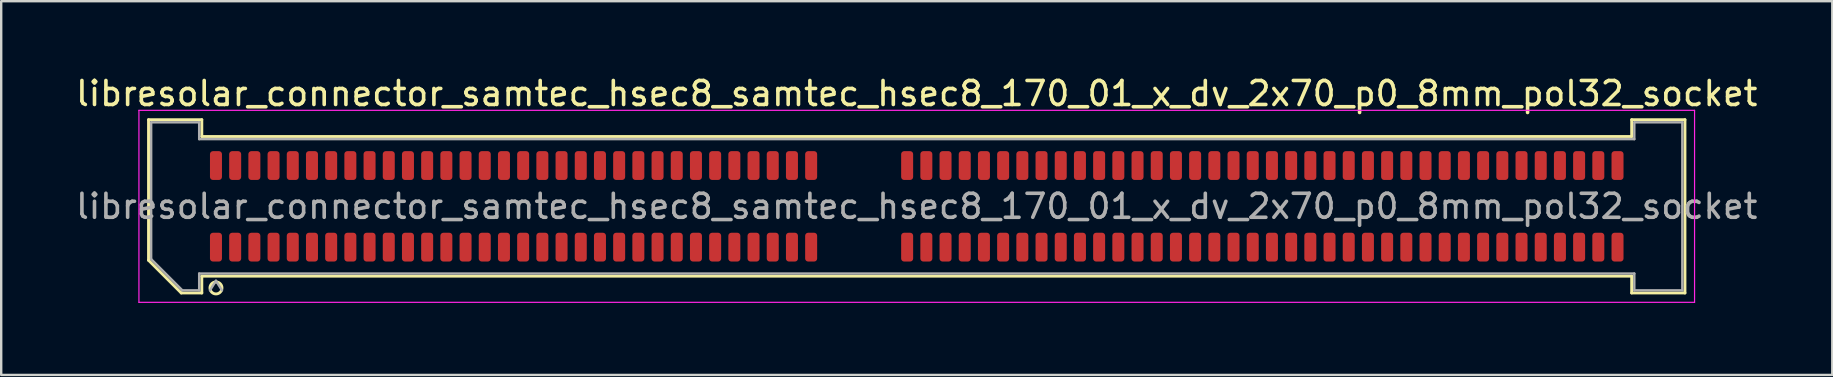
<source format=kicad_pcb>
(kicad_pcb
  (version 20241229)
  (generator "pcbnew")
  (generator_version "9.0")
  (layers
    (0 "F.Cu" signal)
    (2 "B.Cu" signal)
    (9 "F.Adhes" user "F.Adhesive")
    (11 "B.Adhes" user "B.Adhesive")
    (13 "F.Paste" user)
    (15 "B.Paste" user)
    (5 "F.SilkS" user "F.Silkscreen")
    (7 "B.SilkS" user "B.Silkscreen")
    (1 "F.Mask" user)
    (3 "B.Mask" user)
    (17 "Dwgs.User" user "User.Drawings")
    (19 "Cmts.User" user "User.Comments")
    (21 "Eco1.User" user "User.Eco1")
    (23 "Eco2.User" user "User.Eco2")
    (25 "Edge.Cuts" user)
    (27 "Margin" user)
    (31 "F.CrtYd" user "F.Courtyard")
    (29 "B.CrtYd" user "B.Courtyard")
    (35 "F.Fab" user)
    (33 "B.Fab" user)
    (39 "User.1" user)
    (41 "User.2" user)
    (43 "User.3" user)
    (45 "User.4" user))
  (footprint "libresolar_connector_samtec_hsec8_samtec_hsec8_170_01_x_dv_2x70_p0_8mm_pol32_socket"
    (layer "F.Cu")
    (at 35.149 5.548)
    (property "Reference" "libresolar_connector_samtec_hsec8_samtec_hsec8_170_01_x_dv_2x70_p0_8mm_pol32_socket" (at 0 -4.7 0) (layer "F.SilkS") (effects (font (size 1 1) (thickness 0.15))))
    (attr smd)
    (fp_line (start -32.01 -3.61) (end -29.79 -3.61) (stroke (width 0.12) (type solid)) (layer "F.SilkS"))
    (fp_line (start -32.01 2.246) (end -32.01 -3.61) (stroke (width 0.12) (type solid)) (layer "F.SilkS"))
    (fp_line (start -30.646 3.61) (end -32.01 2.246) (stroke (width 0.12) (type solid)) (layer "F.SilkS"))
    (fp_line (start -29.79 -3.61) (end -29.79 -2.91) (stroke (width 0.12) (type solid)) (layer "F.SilkS"))
    (fp_line (start -29.79 -2.91) (end 29.79 -2.91) (stroke (width 0.12) (type solid)) (layer "F.SilkS"))
    (fp_line (start -29.79 2.91) (end -29.79 3.61) (stroke (width 0.12) (type solid)) (layer "F.SilkS"))
    (fp_line (start -29.79 3.61) (end -30.646 3.61) (stroke (width 0.12) (type solid)) (layer "F.SilkS"))
    (fp_line (start 29.79 -3.61) (end 32.01 -3.61) (stroke (width 0.12) (type solid)) (layer "F.SilkS"))
    (fp_line (start 29.79 -2.91) (end 29.79 -3.61) (stroke (width 0.12) (type solid)) (layer "F.SilkS"))
    (fp_line (start 29.79 2.91) (end -29.79 2.91) (stroke (width 0.12) (type solid)) (layer "F.SilkS"))
    (fp_line (start 29.79 3.61) (end 29.79 2.91) (stroke (width 0.12) (type solid)) (layer "F.SilkS"))
    (fp_line (start 32.01 -3.61) (end 32.01 3.61) (stroke (width 0.12) (type solid)) (layer "F.SilkS"))
    (fp_line (start 32.01 3.61) (end 29.79 3.61) (stroke (width 0.12) (type solid)) (layer "F.SilkS"))
    (fp_arc (start -28.95 3.4) (mid -29.45 3.4) (end -28.95 3.4) (stroke (width 0.12) (type solid)) (layer "F.SilkS"))
    (fp_line (start -32.41 -4) (end -32.41 4) (stroke (width 0.05) (type solid)) (layer "F.CrtYd"))
    (fp_line (start -32.41 4) (end 32.41 4) (stroke (width 0.05) (type solid)) (layer "F.CrtYd"))
    (fp_line (start 32.41 -4) (end -32.41 -4) (stroke (width 0.05) (type solid)) (layer "F.CrtYd"))
    (fp_line (start 32.41 4) (end 32.41 -4) (stroke (width 0.05) (type solid)) (layer "F.CrtYd"))
    (fp_line (start -31.9 -3.5) (end -29.9 -3.5) (stroke (width 0.1) (type solid)) (layer "F.Fab"))
    (fp_line (start -31.9 2.2) (end -31.9 -3.5) (stroke (width 0.1) (type solid)) (layer "F.Fab"))
    (fp_line (start -30.6 3.5) (end -31.9 2.2) (stroke (width 0.1) (type solid)) (layer "F.Fab"))
    (fp_line (start -29.9 -3.5) (end -29.9 -2.8) (stroke (width 0.1) (type solid)) (layer "F.Fab"))
    (fp_line (start -29.9 -2.8) (end 29.9 -2.8) (stroke (width 0.1) (type solid)) (layer "F.Fab"))
    (fp_line (start -29.9 2.8) (end -29.9 3.5) (stroke (width 0.1) (type solid)) (layer "F.Fab"))
    (fp_line (start -29.9 3.5) (end -30.6 3.5) (stroke (width 0.1) (type solid)) (layer "F.Fab"))
    (fp_line (start -29.2 3.1) (end -29.45 3.5) (stroke (width 0.1) (type solid)) (layer "F.Fab"))
    (fp_line (start -29.2 3.1) (end -28.95 3.5) (stroke (width 0.1) (type solid)) (layer "F.Fab"))
    (fp_line (start 29.9 -3.5) (end 31.9 -3.5) (stroke (width 0.1) (type solid)) (layer "F.Fab"))
    (fp_line (start 29.9 -2.8) (end 29.9 -3.5) (stroke (width 0.1) (type solid)) (layer "F.Fab"))
    (fp_line (start 29.9 2.8) (end -29.9 2.8) (stroke (width 0.1) (type solid)) (layer "F.Fab"))
    (fp_line (start 29.9 3.5) (end 29.9 2.8) (stroke (width 0.1) (type solid)) (layer "F.Fab"))
    (fp_line (start 31.9 -3.5) (end 31.9 3.5) (stroke (width 0.1) (type solid)) (layer "F.Fab"))
    (fp_line (start 31.9 3.5) (end 29.9 3.5) (stroke (width 0.1) (type solid)) (layer "F.Fab"))
    (fp_text user "${REFERENCE}" (at 0 0 0) (layer "F.Fab") (effects (font (size 1 1) (thickness 0.15))))
    (pad "1" smd roundrect (at -29.2 1.7) (size 0.5 1.2) (layers "F.Cu" "F.Mask" "F.Paste") (roundrect_rratio 0.25))
    (pad "2" smd roundrect (at -29.2 -1.7) (size 0.5 1.2) (layers "F.Cu" "F.Mask" "F.Paste") (roundrect_rratio 0.25))
    (pad "3" smd roundrect (at -28.4 1.7) (size 0.5 1.2) (layers "F.Cu" "F.Mask" "F.Paste") (roundrect_rratio 0.25))
    (pad "4" smd roundrect (at -28.4 -1.7) (size 0.5 1.2) (layers "F.Cu" "F.Mask" "F.Paste") (roundrect_rratio 0.25))
    (pad "5" smd roundrect (at -27.6 1.7) (size 0.5 1.2) (layers "F.Cu" "F.Mask" "F.Paste") (roundrect_rratio 0.25))
    (pad "6" smd roundrect (at -27.6 -1.7) (size 0.5 1.2) (layers "F.Cu" "F.Mask" "F.Paste") (roundrect_rratio 0.25))
    (pad "7" smd roundrect (at -26.8 1.7) (size 0.5 1.2) (layers "F.Cu" "F.Mask" "F.Paste") (roundrect_rratio 0.25))
    (pad "8" smd roundrect (at -26.8 -1.7) (size 0.5 1.2) (layers "F.Cu" "F.Mask" "F.Paste") (roundrect_rratio 0.25))
    (pad "9" smd roundrect (at -26 1.7) (size 0.5 1.2) (layers "F.Cu" "F.Mask" "F.Paste") (roundrect_rratio 0.25))
    (pad "10" smd roundrect (at -26 -1.7) (size 0.5 1.2) (layers "F.Cu" "F.Mask" "F.Paste") (roundrect_rratio 0.25))
    (pad "11" smd roundrect (at -25.2 1.7) (size 0.5 1.2) (layers "F.Cu" "F.Mask" "F.Paste") (roundrect_rratio 0.25))
    (pad "12" smd roundrect (at -25.2 -1.7) (size 0.5 1.2) (layers "F.Cu" "F.Mask" "F.Paste") (roundrect_rratio 0.25))
    (pad "13" smd roundrect (at -24.4 1.7) (size 0.5 1.2) (layers "F.Cu" "F.Mask" "F.Paste") (roundrect_rratio 0.25))
    (pad "14" smd roundrect (at -24.4 -1.7) (size 0.5 1.2) (layers "F.Cu" "F.Mask" "F.Paste") (roundrect_rratio 0.25))
    (pad "15" smd roundrect (at -23.6 1.7) (size 0.5 1.2) (layers "F.Cu" "F.Mask" "F.Paste") (roundrect_rratio 0.25))
    (pad "16" smd roundrect (at -23.6 -1.7) (size 0.5 1.2) (layers "F.Cu" "F.Mask" "F.Paste") (roundrect_rratio 0.25))
    (pad "17" smd roundrect (at -22.8 1.7) (size 0.5 1.2) (layers "F.Cu" "F.Mask" "F.Paste") (roundrect_rratio 0.25))
    (pad "18" smd roundrect (at -22.8 -1.7) (size 0.5 1.2) (layers "F.Cu" "F.Mask" "F.Paste") (roundrect_rratio 0.25))
    (pad "19" smd roundrect (at -22 1.7) (size 0.5 1.2) (layers "F.Cu" "F.Mask" "F.Paste") (roundrect_rratio 0.25))
    (pad "20" smd roundrect (at -22 -1.7) (size 0.5 1.2) (layers "F.Cu" "F.Mask" "F.Paste") (roundrect_rratio 0.25))
    (pad "21" smd roundrect (at -21.2 1.7) (size 0.5 1.2) (layers "F.Cu" "F.Mask" "F.Paste") (roundrect_rratio 0.25))
    (pad "22" smd roundrect (at -21.2 -1.7) (size 0.5 1.2) (layers "F.Cu" "F.Mask" "F.Paste") (roundrect_rratio 0.25))
    (pad "23" smd roundrect (at -20.4 1.7) (size 0.5 1.2) (layers "F.Cu" "F.Mask" "F.Paste") (roundrect_rratio 0.25))
    (pad "24" smd roundrect (at -20.4 -1.7) (size 0.5 1.2) (layers "F.Cu" "F.Mask" "F.Paste") (roundrect_rratio 0.25))
    (pad "25" smd roundrect (at -19.6 1.7) (size 0.5 1.2) (layers "F.Cu" "F.Mask" "F.Paste") (roundrect_rratio 0.25))
    (pad "26" smd roundrect (at -19.6 -1.7) (size 0.5 1.2) (layers "F.Cu" "F.Mask" "F.Paste") (roundrect_rratio 0.25))
    (pad "27" smd roundrect (at -18.8 1.7) (size 0.5 1.2) (layers "F.Cu" "F.Mask" "F.Paste") (roundrect_rratio 0.25))
    (pad "28" smd roundrect (at -18.8 -1.7) (size 0.5 1.2) (layers "F.Cu" "F.Mask" "F.Paste") (roundrect_rratio 0.25))
    (pad "29" smd roundrect (at -18 1.7) (size 0.5 1.2) (layers "F.Cu" "F.Mask" "F.Paste") (roundrect_rratio 0.25))
    (pad "30" smd roundrect (at -18 -1.7) (size 0.5 1.2) (layers "F.Cu" "F.Mask" "F.Paste") (roundrect_rratio 0.25))
    (pad "31" smd roundrect (at -17.2 1.7) (size 0.5 1.2) (layers "F.Cu" "F.Mask" "F.Paste") (roundrect_rratio 0.25))
    (pad "32" smd roundrect (at -17.2 -1.7) (size 0.5 1.2) (layers "F.Cu" "F.Mask" "F.Paste") (roundrect_rratio 0.25))
    (pad "33" smd roundrect (at -16.4 1.7) (size 0.5 1.2) (layers "F.Cu" "F.Mask" "F.Paste") (roundrect_rratio 0.25))
    (pad "34" smd roundrect (at -16.4 -1.7) (size 0.5 1.2) (layers "F.Cu" "F.Mask" "F.Paste") (roundrect_rratio 0.25))
    (pad "35" smd roundrect (at -15.6 1.7) (size 0.5 1.2) (layers "F.Cu" "F.Mask" "F.Paste") (roundrect_rratio 0.25))
    (pad "36" smd roundrect (at -15.6 -1.7) (size 0.5 1.2) (layers "F.Cu" "F.Mask" "F.Paste") (roundrect_rratio 0.25))
    (pad "37" smd roundrect (at -14.8 1.7) (size 0.5 1.2) (layers "F.Cu" "F.Mask" "F.Paste") (roundrect_rratio 0.25))
    (pad "38" smd roundrect (at -14.8 -1.7) (size 0.5 1.2) (layers "F.Cu" "F.Mask" "F.Paste") (roundrect_rratio 0.25))
    (pad "39" smd roundrect (at -14 1.7) (size 0.5 1.2) (layers "F.Cu" "F.Mask" "F.Paste") (roundrect_rratio 0.25))
    (pad "40" smd roundrect (at -14 -1.7) (size 0.5 1.2) (layers "F.Cu" "F.Mask" "F.Paste") (roundrect_rratio 0.25))
    (pad "41" smd roundrect (at -13.2 1.7) (size 0.5 1.2) (layers "F.Cu" "F.Mask" "F.Paste") (roundrect_rratio 0.25))
    (pad "42" smd roundrect (at -13.2 -1.7) (size 0.5 1.2) (layers "F.Cu" "F.Mask" "F.Paste") (roundrect_rratio 0.25))
    (pad "43" smd roundrect (at -12.4 1.7) (size 0.5 1.2) (layers "F.Cu" "F.Mask" "F.Paste") (roundrect_rratio 0.25))
    (pad "44" smd roundrect (at -12.4 -1.7) (size 0.5 1.2) (layers "F.Cu" "F.Mask" "F.Paste") (roundrect_rratio 0.25))
    (pad "45" smd roundrect (at -11.6 1.7) (size 0.5 1.2) (layers "F.Cu" "F.Mask" "F.Paste") (roundrect_rratio 0.25))
    (pad "46" smd roundrect (at -11.6 -1.7) (size 0.5 1.2) (layers "F.Cu" "F.Mask" "F.Paste") (roundrect_rratio 0.25))
    (pad "47" smd roundrect (at -10.8 1.7) (size 0.5 1.2) (layers "F.Cu" "F.Mask" "F.Paste") (roundrect_rratio 0.25))
    (pad "48" smd roundrect (at -10.8 -1.7) (size 0.5 1.2) (layers "F.Cu" "F.Mask" "F.Paste") (roundrect_rratio 0.25))
    (pad "49" smd roundrect (at -10 1.7) (size 0.5 1.2) (layers "F.Cu" "F.Mask" "F.Paste") (roundrect_rratio 0.25))
    (pad "50" smd roundrect (at -10 -1.7) (size 0.5 1.2) (layers "F.Cu" "F.Mask" "F.Paste") (roundrect_rratio 0.25))
    (pad "51" smd roundrect (at -9.2 1.7) (size 0.5 1.2) (layers "F.Cu" "F.Mask" "F.Paste") (roundrect_rratio 0.25))
    (pad "52" smd roundrect (at -9.2 -1.7) (size 0.5 1.2) (layers "F.Cu" "F.Mask" "F.Paste") (roundrect_rratio 0.25))
    (pad "53" smd roundrect (at -8.4 1.7) (size 0.5 1.2) (layers "F.Cu" "F.Mask" "F.Paste") (roundrect_rratio 0.25))
    (pad "54" smd roundrect (at -8.4 -1.7) (size 0.5 1.2) (layers "F.Cu" "F.Mask" "F.Paste") (roundrect_rratio 0.25))
    (pad "55" smd roundrect (at -7.6 1.7) (size 0.5 1.2) (layers "F.Cu" "F.Mask" "F.Paste") (roundrect_rratio 0.25))
    (pad "56" smd roundrect (at -7.6 -1.7) (size 0.5 1.2) (layers "F.Cu" "F.Mask" "F.Paste") (roundrect_rratio 0.25))
    (pad "57" smd roundrect (at -6.8 1.7) (size 0.5 1.2) (layers "F.Cu" "F.Mask" "F.Paste") (roundrect_rratio 0.25))
    (pad "58" smd roundrect (at -6.8 -1.7) (size 0.5 1.2) (layers "F.Cu" "F.Mask" "F.Paste") (roundrect_rratio 0.25))
    (pad "59" smd roundrect (at -6 1.7) (size 0.5 1.2) (layers "F.Cu" "F.Mask" "F.Paste") (roundrect_rratio 0.25))
    (pad "60" smd roundrect (at -6 -1.7) (size 0.5 1.2) (layers "F.Cu" "F.Mask" "F.Paste") (roundrect_rratio 0.25))
    (pad "61" smd roundrect (at -5.2 1.7) (size 0.5 1.2) (layers "F.Cu" "F.Mask" "F.Paste") (roundrect_rratio 0.25))
    (pad "62" smd roundrect (at -5.2 -1.7) (size 0.5 1.2) (layers "F.Cu" "F.Mask" "F.Paste") (roundrect_rratio 0.25))
    (pad "63" smd roundrect (at -4.4 1.7) (size 0.5 1.2) (layers "F.Cu" "F.Mask" "F.Paste") (roundrect_rratio 0.25))
    (pad "64" smd roundrect (at -4.4 -1.7) (size 0.5 1.2) (layers "F.Cu" "F.Mask" "F.Paste") (roundrect_rratio 0.25))
    (pad "65" smd roundrect (at -0.4 1.7) (size 0.5 1.2) (layers "F.Cu" "F.Mask" "F.Paste") (roundrect_rratio 0.25))
    (pad "66" smd roundrect (at -0.4 -1.7) (size 0.5 1.2) (layers "F.Cu" "F.Mask" "F.Paste") (roundrect_rratio 0.25))
    (pad "67" smd roundrect (at 0.4 1.7) (size 0.5 1.2) (layers "F.Cu" "F.Mask" "F.Paste") (roundrect_rratio 0.25))
    (pad "68" smd roundrect (at 0.4 -1.7) (size 0.5 1.2) (layers "F.Cu" "F.Mask" "F.Paste") (roundrect_rratio 0.25))
    (pad "69" smd roundrect (at 1.2 1.7) (size 0.5 1.2) (layers "F.Cu" "F.Mask" "F.Paste") (roundrect_rratio 0.25))
    (pad "70" smd roundrect (at 1.2 -1.7) (size 0.5 1.2) (layers "F.Cu" "F.Mask" "F.Paste") (roundrect_rratio 0.25))
    (pad "71" smd roundrect (at 2 1.7) (size 0.5 1.2) (layers "F.Cu" "F.Mask" "F.Paste") (roundrect_rratio 0.25))
    (pad "72" smd roundrect (at 2 -1.7) (size 0.5 1.2) (layers "F.Cu" "F.Mask" "F.Paste") (roundrect_rratio 0.25))
    (pad "73" smd roundrect (at 2.8 1.7) (size 0.5 1.2) (layers "F.Cu" "F.Mask" "F.Paste") (roundrect_rratio 0.25))
    (pad "74" smd roundrect (at 2.8 -1.7) (size 0.5 1.2) (layers "F.Cu" "F.Mask" "F.Paste") (roundrect_rratio 0.25))
    (pad "75" smd roundrect (at 3.6 1.7) (size 0.5 1.2) (layers "F.Cu" "F.Mask" "F.Paste") (roundrect_rratio 0.25))
    (pad "76" smd roundrect (at 3.6 -1.7) (size 0.5 1.2) (layers "F.Cu" "F.Mask" "F.Paste") (roundrect_rratio 0.25))
    (pad "77" smd roundrect (at 4.4 1.7) (size 0.5 1.2) (layers "F.Cu" "F.Mask" "F.Paste") (roundrect_rratio 0.25))
    (pad "78" smd roundrect (at 4.4 -1.7) (size 0.5 1.2) (layers "F.Cu" "F.Mask" "F.Paste") (roundrect_rratio 0.25))
    (pad "79" smd roundrect (at 5.2 1.7) (size 0.5 1.2) (layers "F.Cu" "F.Mask" "F.Paste") (roundrect_rratio 0.25))
    (pad "80" smd roundrect (at 5.2 -1.7) (size 0.5 1.2) (layers "F.Cu" "F.Mask" "F.Paste") (roundrect_rratio 0.25))
    (pad "81" smd roundrect (at 6 1.7) (size 0.5 1.2) (layers "F.Cu" "F.Mask" "F.Paste") (roundrect_rratio 0.25))
    (pad "82" smd roundrect (at 6 -1.7) (size 0.5 1.2) (layers "F.Cu" "F.Mask" "F.Paste") (roundrect_rratio 0.25))
    (pad "83" smd roundrect (at 6.8 1.7) (size 0.5 1.2) (layers "F.Cu" "F.Mask" "F.Paste") (roundrect_rratio 0.25))
    (pad "84" smd roundrect (at 6.8 -1.7) (size 0.5 1.2) (layers "F.Cu" "F.Mask" "F.Paste") (roundrect_rratio 0.25))
    (pad "85" smd roundrect (at 7.6 1.7) (size 0.5 1.2) (layers "F.Cu" "F.Mask" "F.Paste") (roundrect_rratio 0.25))
    (pad "86" smd roundrect (at 7.6 -1.7) (size 0.5 1.2) (layers "F.Cu" "F.Mask" "F.Paste") (roundrect_rratio 0.25))
    (pad "87" smd roundrect (at 8.4 1.7) (size 0.5 1.2) (layers "F.Cu" "F.Mask" "F.Paste") (roundrect_rratio 0.25))
    (pad "88" smd roundrect (at 8.4 -1.7) (size 0.5 1.2) (layers "F.Cu" "F.Mask" "F.Paste") (roundrect_rratio 0.25))
    (pad "89" smd roundrect (at 9.2 1.7) (size 0.5 1.2) (layers "F.Cu" "F.Mask" "F.Paste") (roundrect_rratio 0.25))
    (pad "90" smd roundrect (at 9.2 -1.7) (size 0.5 1.2) (layers "F.Cu" "F.Mask" "F.Paste") (roundrect_rratio 0.25))
    (pad "91" smd roundrect (at 10 1.7) (size 0.5 1.2) (layers "F.Cu" "F.Mask" "F.Paste") (roundrect_rratio 0.25))
    (pad "92" smd roundrect (at 10 -1.7) (size 0.5 1.2) (layers "F.Cu" "F.Mask" "F.Paste") (roundrect_rratio 0.25))
    (pad "93" smd roundrect (at 10.8 1.7) (size 0.5 1.2) (layers "F.Cu" "F.Mask" "F.Paste") (roundrect_rratio 0.25))
    (pad "94" smd roundrect (at 10.8 -1.7) (size 0.5 1.2) (layers "F.Cu" "F.Mask" "F.Paste") (roundrect_rratio 0.25))
    (pad "95" smd roundrect (at 11.6 1.7) (size 0.5 1.2) (layers "F.Cu" "F.Mask" "F.Paste") (roundrect_rratio 0.25))
    (pad "96" smd roundrect (at 11.6 -1.7) (size 0.5 1.2) (layers "F.Cu" "F.Mask" "F.Paste") (roundrect_rratio 0.25))
    (pad "97" smd roundrect (at 12.4 1.7) (size 0.5 1.2) (layers "F.Cu" "F.Mask" "F.Paste") (roundrect_rratio 0.25))
    (pad "98" smd roundrect (at 12.4 -1.7) (size 0.5 1.2) (layers "F.Cu" "F.Mask" "F.Paste") (roundrect_rratio 0.25))
    (pad "99" smd roundrect (at 13.2 1.7) (size 0.5 1.2) (layers "F.Cu" "F.Mask" "F.Paste") (roundrect_rratio 0.25))
    (pad "100" smd roundrect (at 13.2 -1.7) (size 0.5 1.2) (layers "F.Cu" "F.Mask" "F.Paste") (roundrect_rratio 0.25))
    (pad "101" smd roundrect (at 14 1.7) (size 0.5 1.2) (layers "F.Cu" "F.Mask" "F.Paste") (roundrect_rratio 0.25))
    (pad "102" smd roundrect (at 14 -1.7) (size 0.5 1.2) (layers "F.Cu" "F.Mask" "F.Paste") (roundrect_rratio 0.25))
    (pad "103" smd roundrect (at 14.8 1.7) (size 0.5 1.2) (layers "F.Cu" "F.Mask" "F.Paste") (roundrect_rratio 0.25))
    (pad "104" smd roundrect (at 14.8 -1.7) (size 0.5 1.2) (layers "F.Cu" "F.Mask" "F.Paste") (roundrect_rratio 0.25))
    (pad "105" smd roundrect (at 15.6 1.7) (size 0.5 1.2) (layers "F.Cu" "F.Mask" "F.Paste") (roundrect_rratio 0.25))
    (pad "106" smd roundrect (at 15.6 -1.7) (size 0.5 1.2) (layers "F.Cu" "F.Mask" "F.Paste") (roundrect_rratio 0.25))
    (pad "107" smd roundrect (at 16.4 1.7) (size 0.5 1.2) (layers "F.Cu" "F.Mask" "F.Paste") (roundrect_rratio 0.25))
    (pad "108" smd roundrect (at 16.4 -1.7) (size 0.5 1.2) (layers "F.Cu" "F.Mask" "F.Paste") (roundrect_rratio 0.25))
    (pad "109" smd roundrect (at 17.2 1.7) (size 0.5 1.2) (layers "F.Cu" "F.Mask" "F.Paste") (roundrect_rratio 0.25))
    (pad "110" smd roundrect (at 17.2 -1.7) (size 0.5 1.2) (layers "F.Cu" "F.Mask" "F.Paste") (roundrect_rratio 0.25))
    (pad "111" smd roundrect (at 18 1.7) (size 0.5 1.2) (layers "F.Cu" "F.Mask" "F.Paste") (roundrect_rratio 0.25))
    (pad "112" smd roundrect (at 18 -1.7) (size 0.5 1.2) (layers "F.Cu" "F.Mask" "F.Paste") (roundrect_rratio 0.25))
    (pad "113" smd roundrect (at 18.8 1.7) (size 0.5 1.2) (layers "F.Cu" "F.Mask" "F.Paste") (roundrect_rratio 0.25))
    (pad "114" smd roundrect (at 18.8 -1.7) (size 0.5 1.2) (layers "F.Cu" "F.Mask" "F.Paste") (roundrect_rratio 0.25))
    (pad "115" smd roundrect (at 19.6 1.7) (size 0.5 1.2) (layers "F.Cu" "F.Mask" "F.Paste") (roundrect_rratio 0.25))
    (pad "116" smd roundrect (at 19.6 -1.7) (size 0.5 1.2) (layers "F.Cu" "F.Mask" "F.Paste") (roundrect_rratio 0.25))
    (pad "117" smd roundrect (at 20.4 1.7) (size 0.5 1.2) (layers "F.Cu" "F.Mask" "F.Paste") (roundrect_rratio 0.25))
    (pad "118" smd roundrect (at 20.4 -1.7) (size 0.5 1.2) (layers "F.Cu" "F.Mask" "F.Paste") (roundrect_rratio 0.25))
    (pad "119" smd roundrect (at 21.2 1.7) (size 0.5 1.2) (layers "F.Cu" "F.Mask" "F.Paste") (roundrect_rratio 0.25))
    (pad "120" smd roundrect (at 21.2 -1.7) (size 0.5 1.2) (layers "F.Cu" "F.Mask" "F.Paste") (roundrect_rratio 0.25))
    (pad "121" smd roundrect (at 22 1.7) (size 0.5 1.2) (layers "F.Cu" "F.Mask" "F.Paste") (roundrect_rratio 0.25))
    (pad "122" smd roundrect (at 22 -1.7) (size 0.5 1.2) (layers "F.Cu" "F.Mask" "F.Paste") (roundrect_rratio 0.25))
    (pad "123" smd roundrect (at 22.8 1.7) (size 0.5 1.2) (layers "F.Cu" "F.Mask" "F.Paste") (roundrect_rratio 0.25))
    (pad "124" smd roundrect (at 22.8 -1.7) (size 0.5 1.2) (layers "F.Cu" "F.Mask" "F.Paste") (roundrect_rratio 0.25))
    (pad "125" smd roundrect (at 23.6 1.7) (size 0.5 1.2) (layers "F.Cu" "F.Mask" "F.Paste") (roundrect_rratio 0.25))
    (pad "126" smd roundrect (at 23.6 -1.7) (size 0.5 1.2) (layers "F.Cu" "F.Mask" "F.Paste") (roundrect_rratio 0.25))
    (pad "127" smd roundrect (at 24.4 1.7) (size 0.5 1.2) (layers "F.Cu" "F.Mask" "F.Paste") (roundrect_rratio 0.25))
    (pad "128" smd roundrect (at 24.4 -1.7) (size 0.5 1.2) (layers "F.Cu" "F.Mask" "F.Paste") (roundrect_rratio 0.25))
    (pad "129" smd roundrect (at 25.2 1.7) (size 0.5 1.2) (layers "F.Cu" "F.Mask" "F.Paste") (roundrect_rratio 0.25))
    (pad "130" smd roundrect (at 25.2 -1.7) (size 0.5 1.2) (layers "F.Cu" "F.Mask" "F.Paste") (roundrect_rratio 0.25))
    (pad "131" smd roundrect (at 26 1.7) (size 0.5 1.2) (layers "F.Cu" "F.Mask" "F.Paste") (roundrect_rratio 0.25))
    (pad "132" smd roundrect (at 26 -1.7) (size 0.5 1.2) (layers "F.Cu" "F.Mask" "F.Paste") (roundrect_rratio 0.25))
    (pad "133" smd roundrect (at 26.8 1.7) (size 0.5 1.2) (layers "F.Cu" "F.Mask" "F.Paste") (roundrect_rratio 0.25))
    (pad "134" smd roundrect (at 26.8 -1.7) (size 0.5 1.2) (layers "F.Cu" "F.Mask" "F.Paste") (roundrect_rratio 0.25))
    (pad "135" smd roundrect (at 27.6 1.7) (size 0.5 1.2) (layers "F.Cu" "F.Mask" "F.Paste") (roundrect_rratio 0.25))
    (pad "136" smd roundrect (at 27.6 -1.7) (size 0.5 1.2) (layers "F.Cu" "F.Mask" "F.Paste") (roundrect_rratio 0.25))
    (pad "137" smd roundrect (at 28.4 1.7) (size 0.5 1.2) (layers "F.Cu" "F.Mask" "F.Paste") (roundrect_rratio 0.25))
    (pad "138" smd roundrect (at 28.4 -1.7) (size 0.5 1.2) (layers "F.Cu" "F.Mask" "F.Paste") (roundrect_rratio 0.25))
    (pad "139" smd roundrect (at 29.2 1.7) (size 0.5 1.2) (layers "F.Cu" "F.Mask" "F.Paste") (roundrect_rratio 0.25))
    (pad "140" smd roundrect (at 29.2 -1.7) (size 0.5 1.2) (layers "F.Cu" "F.Mask" "F.Paste") (roundrect_rratio 0.25)))
  (gr_rect
    (start -3 -3)
    (end 73.298 12.573)
    (stroke (width 0.1) (type default))
    (fill no)
    (layer "Edge.Cuts")))
</source>
